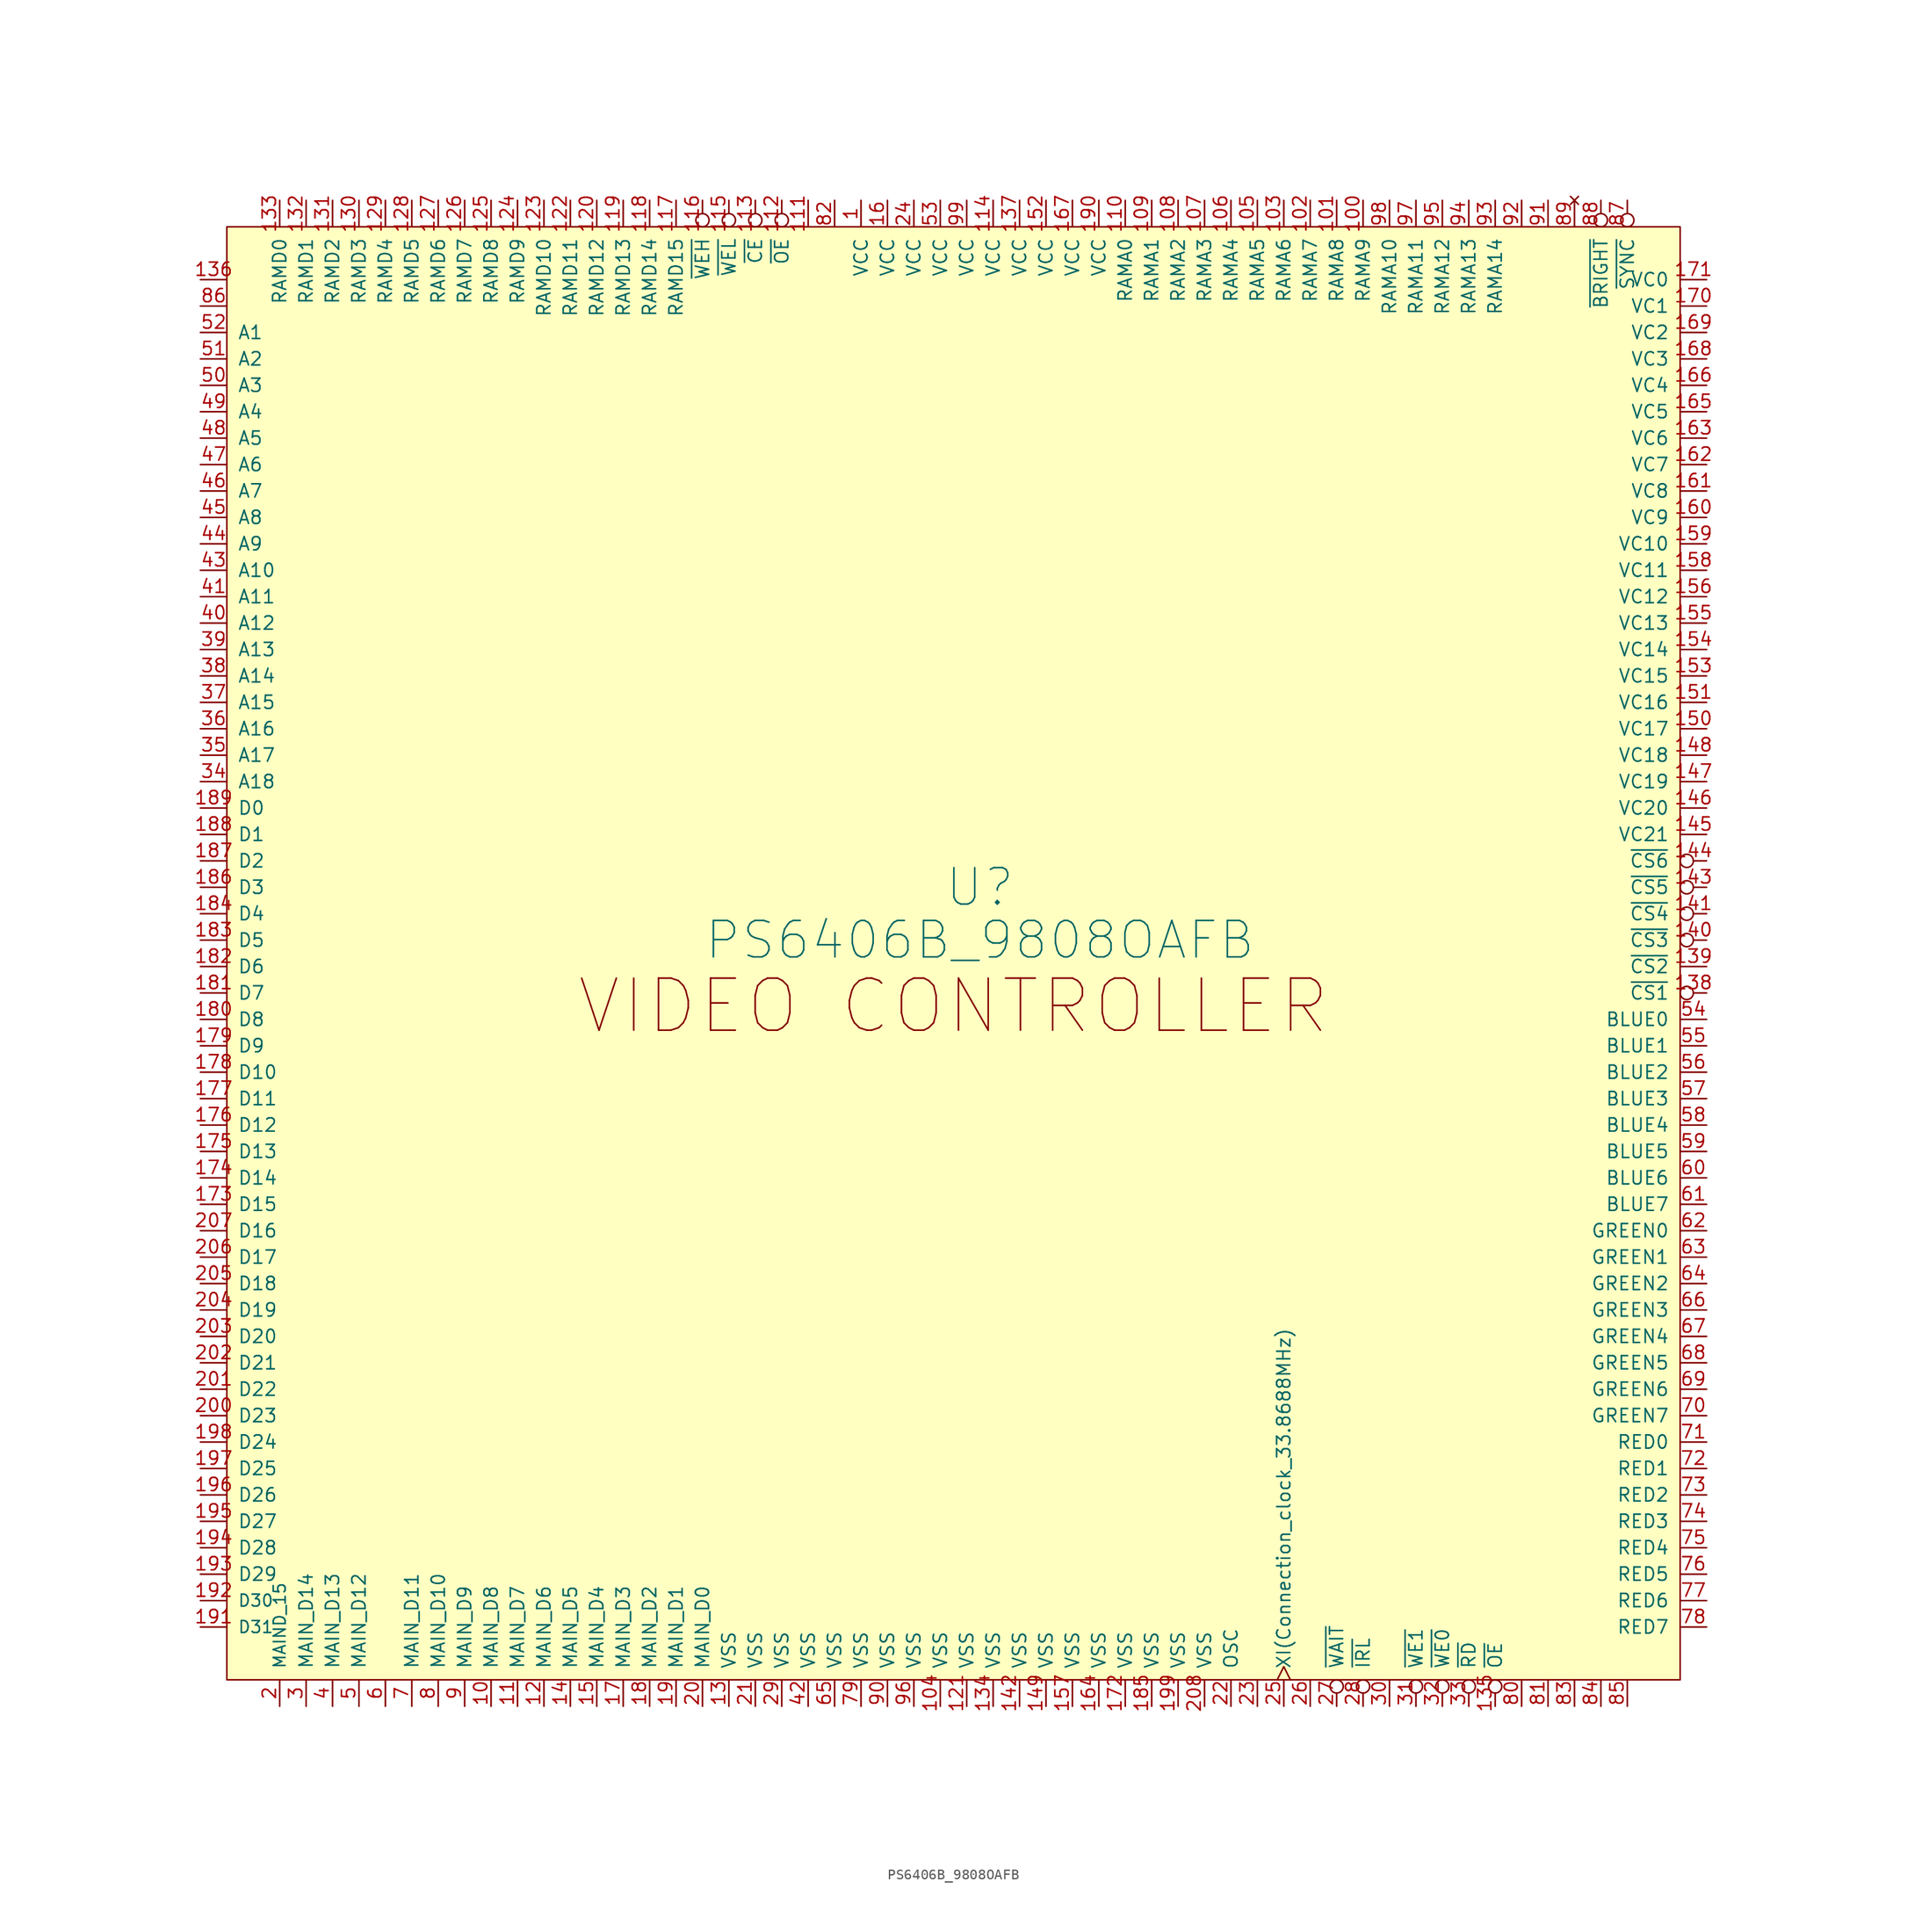
<source format=kicad_sym>
(kicad_symbol_lib
  (version 20231120)
  (generator "kicad_symbol_editor")
  (generator_version "8.0")
  (symbol "PS6406B_9808OAFB"
    (pin_names
      (offset 1.016))
    (property "Reference" "U"
      (at 0 5.08 0)
      (effects (font (size 3.505 3.505))))
    (property "Value" "PS6406B_9808OAFB"
      (at 0 0 0)
      (effects (font (size 3.505 3.505))))
    (symbol "PS6406B_9808OAFB_0_0"
      (text "VIDEO CONTROLLER" (at -2.54 -6.35 0) (effects (font (size 5.004 5.004)))))
    (symbol "PS6406B_9808OAFB_0_1"
      (rectangle (start -72.39 68.58) (end 67.31 -71.12) (stroke (width 0) (type default)) (fill (type background))))
    (symbol "PS6406B_9808OAFB_1_1"
      (pin power_in line (at -11.43 71.12 270) (length 2.54) (name "VCC" (effects (font (size 1.27 1.27)))) (number "1" (effects (font (size 1.27 1.27)))))
      (pin tri_state line (at -46.99 -73.66 90) (length 2.54) (name "MAIN_D8" (effects (font (size 1.27 1.27)))) (number "10" (effects (font (size 1.27 1.27)))))
      (pin output line (at 36.83 71.12 270) (length 2.54) (name "RAMA9" (effects (font (size 1.27 1.27)))) (number "100" (effects (font (size 1.27 1.27)))))
      (pin output line (at 34.29 71.12 270) (length 2.54) (name "RAMA8" (effects (font (size 1.27 1.27)))) (number "101" (effects (font (size 1.27 1.27)))))
      (pin output line (at 31.75 71.12 270) (length 2.54) (name "RAMA7" (effects (font (size 1.27 1.27)))) (number "102" (effects (font (size 1.27 1.27)))))
      (pin output line (at 29.21 71.12 270) (length 2.54) (name "RAMA6" (effects (font (size 1.27 1.27)))) (number "103" (effects (font (size 1.27 1.27)))))
      (pin power_in line (at -3.81 -73.66 90) (length 2.54) (name "VSS" (effects (font (size 1.27 1.27)))) (number "104" (effects (font (size 1.27 1.27)))))
      (pin output line (at 26.67 71.12 270) (length 2.54) (name "RAMA5" (effects (font (size 1.27 1.27)))) (number "105" (effects (font (size 1.27 1.27)))))
      (pin output line (at 24.13 71.12 270) (length 2.54) (name "RAMA4" (effects (font (size 1.27 1.27)))) (number "106" (effects (font (size 1.27 1.27)))))
      (pin output line (at 21.59 71.12 270) (length 2.54) (name "RAMA3" (effects (font (size 1.27 1.27)))) (number "107" (effects (font (size 1.27 1.27)))))
      (pin output line (at 19.05 71.12 270) (length 2.54) (name "RAMA2" (effects (font (size 1.27 1.27)))) (number "108" (effects (font (size 1.27 1.27)))))
      (pin output line (at 16.51 71.12 270) (length 2.54) (name "RAMA1" (effects (font (size 1.27 1.27)))) (number "109" (effects (font (size 1.27 1.27)))))
      (pin tri_state line (at -44.45 -73.66 90) (length 2.54) (name "MAIN_D7" (effects (font (size 1.27 1.27)))) (number "11" (effects (font (size 1.27 1.27)))))
      (pin output line (at 13.97 71.12 270) (length 2.54) (name "RAMA0" (effects (font (size 1.27 1.27)))) (number "110" (effects (font (size 1.27 1.27)))))
      (pin input line (at -16.51 71.12 270) (length 2.54) (name "~" (effects (font (size 1.27 1.27)))) (number "111" (effects (font (size 1.27 1.27)))))
      (pin output inverted (at -19.05 71.12 270) (length 2.54) (name "~{OE}" (effects (font (size 1.27 1.27)))) (number "112" (effects (font (size 1.27 1.27)))))
      (pin output inverted (at -21.59 71.12 270) (length 2.54) (name "~{CE}" (effects (font (size 1.27 1.27)))) (number "113" (effects (font (size 1.27 1.27)))))
      (pin power_in line (at 1.27 71.12 270) (length 2.54) (name "VCC" (effects (font (size 1.27 1.27)))) (number "114" (effects (font (size 1.27 1.27)))))
      (pin output inverted (at -24.13 71.12 270) (length 2.54) (name "~{WEL}" (effects (font (size 1.27 1.27)))) (number "115" (effects (font (size 1.27 1.27)))))
      (pin output inverted (at -26.67 71.12 270) (length 2.54) (name "~{WEH}" (effects (font (size 1.27 1.27)))) (number "116" (effects (font (size 1.27 1.27)))))
      (pin input line (at -29.21 71.12 270) (length 2.54) (name "RAMD15" (effects (font (size 1.27 1.27)))) (number "117" (effects (font (size 1.27 1.27)))))
      (pin input line (at -31.75 71.12 270) (length 2.54) (name "RAMD14" (effects (font (size 1.27 1.27)))) (number "118" (effects (font (size 1.27 1.27)))))
      (pin input line (at -34.29 71.12 270) (length 2.54) (name "RAMD13" (effects (font (size 1.27 1.27)))) (number "119" (effects (font (size 1.27 1.27)))))
      (pin tri_state line (at -41.91 -73.66 90) (length 2.54) (name "MAIN_D6" (effects (font (size 1.27 1.27)))) (number "12" (effects (font (size 1.27 1.27)))))
      (pin input line (at -36.83 71.12 270) (length 2.54) (name "RAMD12" (effects (font (size 1.27 1.27)))) (number "120" (effects (font (size 1.27 1.27)))))
      (pin power_in line (at -1.27 -73.66 90) (length 2.54) (name "VSS" (effects (font (size 1.27 1.27)))) (number "121" (effects (font (size 1.27 1.27)))))
      (pin input line (at -39.37 71.12 270) (length 2.54) (name "RAMD11" (effects (font (size 1.27 1.27)))) (number "122" (effects (font (size 1.27 1.27)))))
      (pin input line (at -41.91 71.12 270) (length 2.54) (name "RAMD10" (effects (font (size 1.27 1.27)))) (number "123" (effects (font (size 1.27 1.27)))))
      (pin input line (at -44.45 71.12 270) (length 2.54) (name "RAMD9" (effects (font (size 1.27 1.27)))) (number "124" (effects (font (size 1.27 1.27)))))
      (pin input line (at -46.99 71.12 270) (length 2.54) (name "RAMD8" (effects (font (size 1.27 1.27)))) (number "125" (effects (font (size 1.27 1.27)))))
      (pin input line (at -49.53 71.12 270) (length 2.54) (name "RAMD7" (effects (font (size 1.27 1.27)))) (number "126" (effects (font (size 1.27 1.27)))))
      (pin input line (at -52.07 71.12 270) (length 2.54) (name "RAMD6" (effects (font (size 1.27 1.27)))) (number "127" (effects (font (size 1.27 1.27)))))
      (pin input line (at -54.61 71.12 270) (length 2.54) (name "RAMD5" (effects (font (size 1.27 1.27)))) (number "128" (effects (font (size 1.27 1.27)))))
      (pin input line (at -57.15 71.12 270) (length 2.54) (name "RAMD4" (effects (font (size 1.27 1.27)))) (number "129" (effects (font (size 1.27 1.27)))))
      (pin power_in line (at -24.13 -73.66 90) (length 2.54) (name "VSS" (effects (font (size 1.27 1.27)))) (number "13" (effects (font (size 1.27 1.27)))))
      (pin input line (at -59.69 71.12 270) (length 2.54) (name "RAMD3" (effects (font (size 1.27 1.27)))) (number "130" (effects (font (size 1.27 1.27)))))
      (pin input line (at -62.23 71.12 270) (length 2.54) (name "RAMD2" (effects (font (size 1.27 1.27)))) (number "131" (effects (font (size 1.27 1.27)))))
      (pin input line (at -64.77 71.12 270) (length 2.54) (name "RAMD1" (effects (font (size 1.27 1.27)))) (number "132" (effects (font (size 1.27 1.27)))))
      (pin input line (at -67.31 71.12 270) (length 2.54) (name "RAMD0" (effects (font (size 1.27 1.27)))) (number "133" (effects (font (size 1.27 1.27)))))
      (pin power_in line (at 1.27 -73.66 90) (length 2.54) (name "VSS" (effects (font (size 1.27 1.27)))) (number "134" (effects (font (size 1.27 1.27)))))
      (pin output inverted (at 49.53 -73.66 90) (length 2.54) (name "~{OE}" (effects (font (size 1.27 1.27)))) (number "135" (effects (font (size 1.27 1.27)))))
      (pin input line (at -74.93 63.5 0) (length 2.54) (name "~" (effects (font (size 1.27 1.27)))) (number "136" (effects (font (size 1.27 1.27)))))
      (pin power_in line (at 3.81 71.12 270) (length 2.54) (name "VCC" (effects (font (size 1.27 1.27)))) (number "137" (effects (font (size 1.27 1.27)))))
      (pin output inverted (at 69.85 -5.08 180) (length 2.54) (name "~{CS1}" (effects (font (size 1.27 1.27)))) (number "138" (effects (font (size 1.27 1.27)))))
      (pin output line (at 69.85 -2.54 180) (length 2.54) (name "~{CS2}" (effects (font (size 1.27 1.27)))) (number "139" (effects (font (size 1.27 1.27)))))
      (pin tri_state line (at -39.37 -73.66 90) (length 2.54) (name "MAIN_D5" (effects (font (size 1.27 1.27)))) (number "14" (effects (font (size 1.27 1.27)))))
      (pin output inverted (at 69.85 0 180) (length 2.54) (name "~{CS3}" (effects (font (size 1.27 1.27)))) (number "140" (effects (font (size 1.27 1.27)))))
      (pin output inverted (at 69.85 2.54 180) (length 2.54) (name "~{CS4}" (effects (font (size 1.27 1.27)))) (number "141" (effects (font (size 1.27 1.27)))))
      (pin power_in line (at 3.81 -73.66 90) (length 2.54) (name "VSS" (effects (font (size 1.27 1.27)))) (number "142" (effects (font (size 1.27 1.27)))))
      (pin output inverted (at 69.85 5.08 180) (length 2.54) (name "~{CS5}" (effects (font (size 1.27 1.27)))) (number "143" (effects (font (size 1.27 1.27)))))
      (pin output inverted (at 69.85 7.62 180) (length 2.54) (name "~{CS6}" (effects (font (size 1.27 1.27)))) (number "144" (effects (font (size 1.27 1.27)))))
      (pin output line (at 69.85 10.16 180) (length 2.54) (name "VC21" (effects (font (size 1.27 1.27)))) (number "145" (effects (font (size 1.27 1.27)))))
      (pin output line (at 69.85 12.7 180) (length 2.54) (name "VC20" (effects (font (size 1.27 1.27)))) (number "146" (effects (font (size 1.27 1.27)))))
      (pin output line (at 69.85 15.24 180) (length 2.54) (name "VC19" (effects (font (size 1.27 1.27)))) (number "147" (effects (font (size 1.27 1.27)))))
      (pin output line (at 69.85 17.78 180) (length 2.54) (name "VC18" (effects (font (size 1.27 1.27)))) (number "148" (effects (font (size 1.27 1.27)))))
      (pin power_in line (at 6.35 -73.66 90) (length 2.54) (name "VSS" (effects (font (size 1.27 1.27)))) (number "149" (effects (font (size 1.27 1.27)))))
      (pin tri_state line (at -36.83 -73.66 90) (length 2.54) (name "MAIN_D4" (effects (font (size 1.27 1.27)))) (number "15" (effects (font (size 1.27 1.27)))))
      (pin output line (at 69.85 20.32 180) (length 2.54) (name "VC17" (effects (font (size 1.27 1.27)))) (number "150" (effects (font (size 1.27 1.27)))))
      (pin output line (at 69.85 22.86 180) (length 2.54) (name "VC16" (effects (font (size 1.27 1.27)))) (number "151" (effects (font (size 1.27 1.27)))))
      (pin power_in line (at 6.35 71.12 270) (length 2.54) (name "VCC" (effects (font (size 1.27 1.27)))) (number "152" (effects (font (size 1.27 1.27)))))
      (pin output line (at 69.85 25.4 180) (length 2.54) (name "VC15" (effects (font (size 1.27 1.27)))) (number "153" (effects (font (size 1.27 1.27)))))
      (pin output line (at 69.85 27.94 180) (length 2.54) (name "VC14" (effects (font (size 1.27 1.27)))) (number "154" (effects (font (size 1.27 1.27)))))
      (pin output line (at 69.85 30.48 180) (length 2.54) (name "VC13" (effects (font (size 1.27 1.27)))) (number "155" (effects (font (size 1.27 1.27)))))
      (pin output line (at 69.85 33.02 180) (length 2.54) (name "VC12" (effects (font (size 1.27 1.27)))) (number "156" (effects (font (size 1.27 1.27)))))
      (pin power_in line (at 8.89 -73.66 90) (length 2.54) (name "VSS" (effects (font (size 1.27 1.27)))) (number "157" (effects (font (size 1.27 1.27)))))
      (pin output line (at 69.85 35.56 180) (length 2.54) (name "VC11" (effects (font (size 1.27 1.27)))) (number "158" (effects (font (size 1.27 1.27)))))
      (pin output line (at 69.85 38.1 180) (length 2.54) (name "VC10" (effects (font (size 1.27 1.27)))) (number "159" (effects (font (size 1.27 1.27)))))
      (pin power_in line (at -8.89 71.12 270) (length 2.54) (name "VCC" (effects (font (size 1.27 1.27)))) (number "16" (effects (font (size 1.27 1.27)))))
      (pin output line (at 69.85 40.64 180) (length 2.54) (name "VC9" (effects (font (size 1.27 1.27)))) (number "160" (effects (font (size 1.27 1.27)))))
      (pin output line (at 69.85 43.18 180) (length 2.54) (name "VC8" (effects (font (size 1.27 1.27)))) (number "161" (effects (font (size 1.27 1.27)))))
      (pin output line (at 69.85 45.72 180) (length 2.54) (name "VC7" (effects (font (size 1.27 1.27)))) (number "162" (effects (font (size 1.27 1.27)))))
      (pin output line (at 69.85 48.26 180) (length 2.54) (name "VC6" (effects (font (size 1.27 1.27)))) (number "163" (effects (font (size 1.27 1.27)))))
      (pin power_in line (at 11.43 -73.66 90) (length 2.54) (name "VSS" (effects (font (size 1.27 1.27)))) (number "164" (effects (font (size 1.27 1.27)))))
      (pin output line (at 69.85 50.8 180) (length 2.54) (name "VC5" (effects (font (size 1.27 1.27)))) (number "165" (effects (font (size 1.27 1.27)))))
      (pin output line (at 69.85 53.34 180) (length 2.54) (name "VC4" (effects (font (size 1.27 1.27)))) (number "166" (effects (font (size 1.27 1.27)))))
      (pin power_in line (at 8.89 71.12 270) (length 2.54) (name "VCC" (effects (font (size 1.27 1.27)))) (number "167" (effects (font (size 1.27 1.27)))))
      (pin output line (at 69.85 55.88 180) (length 2.54) (name "VC3" (effects (font (size 1.27 1.27)))) (number "168" (effects (font (size 1.27 1.27)))))
      (pin output line (at 69.85 58.42 180) (length 2.54) (name "VC2" (effects (font (size 1.27 1.27)))) (number "169" (effects (font (size 1.27 1.27)))))
      (pin tri_state line (at -34.29 -73.66 90) (length 2.54) (name "MAIN_D3" (effects (font (size 1.27 1.27)))) (number "17" (effects (font (size 1.27 1.27)))))
      (pin output line (at 69.85 60.96 180) (length 2.54) (name "VC1" (effects (font (size 1.27 1.27)))) (number "170" (effects (font (size 1.27 1.27)))))
      (pin output line (at 69.85 63.5 180) (length 2.54) (name "VC0" (effects (font (size 1.27 1.27)))) (number "171" (effects (font (size 1.27 1.27)))))
      (pin power_in line (at 13.97 -73.66 90) (length 2.54) (name "VSS" (effects (font (size 1.27 1.27)))) (number "172" (effects (font (size 1.27 1.27)))))
      (pin input line (at -74.93 -25.4 0) (length 2.54) (name "D15" (effects (font (size 1.27 1.27)))) (number "173" (effects (font (size 1.27 1.27)))))
      (pin input line (at -74.93 -22.86 0) (length 2.54) (name "D14" (effects (font (size 1.27 1.27)))) (number "174" (effects (font (size 1.27 1.27)))))
      (pin input line (at -74.93 -20.32 0) (length 2.54) (name "D13" (effects (font (size 1.27 1.27)))) (number "175" (effects (font (size 1.27 1.27)))))
      (pin input line (at -74.93 -17.78 0) (length 2.54) (name "D12" (effects (font (size 1.27 1.27)))) (number "176" (effects (font (size 1.27 1.27)))))
      (pin input line (at -74.93 -15.24 0) (length 2.54) (name "D11" (effects (font (size 1.27 1.27)))) (number "177" (effects (font (size 1.27 1.27)))))
      (pin input line (at -74.93 -12.7 0) (length 2.54) (name "D10" (effects (font (size 1.27 1.27)))) (number "178" (effects (font (size 1.27 1.27)))))
      (pin input line (at -74.93 -10.16 0) (length 2.54) (name "D9" (effects (font (size 1.27 1.27)))) (number "179" (effects (font (size 1.27 1.27)))))
      (pin tri_state line (at -31.75 -73.66 90) (length 2.54) (name "MAIN_D2" (effects (font (size 1.27 1.27)))) (number "18" (effects (font (size 1.27 1.27)))))
      (pin input line (at -74.93 -7.62 0) (length 2.54) (name "D8" (effects (font (size 1.27 1.27)))) (number "180" (effects (font (size 1.27 1.27)))))
      (pin input line (at -74.93 -5.08 0) (length 2.54) (name "D7" (effects (font (size 1.27 1.27)))) (number "181" (effects (font (size 1.27 1.27)))))
      (pin input line (at -74.93 -2.54 0) (length 2.54) (name "D6" (effects (font (size 1.27 1.27)))) (number "182" (effects (font (size 1.27 1.27)))))
      (pin input line (at -74.93 0 0) (length 2.54) (name "D5" (effects (font (size 1.27 1.27)))) (number "183" (effects (font (size 1.27 1.27)))))
      (pin input line (at -74.93 2.54 0) (length 2.54) (name "D4" (effects (font (size 1.27 1.27)))) (number "184" (effects (font (size 1.27 1.27)))))
      (pin power_in line (at 16.51 -73.66 90) (length 2.54) (name "VSS" (effects (font (size 1.27 1.27)))) (number "185" (effects (font (size 1.27 1.27)))))
      (pin input line (at -74.93 5.08 0) (length 2.54) (name "D3" (effects (font (size 1.27 1.27)))) (number "186" (effects (font (size 1.27 1.27)))))
      (pin input line (at -74.93 7.62 0) (length 2.54) (name "D2" (effects (font (size 1.27 1.27)))) (number "187" (effects (font (size 1.27 1.27)))))
      (pin input line (at -74.93 10.16 0) (length 2.54) (name "D1" (effects (font (size 1.27 1.27)))) (number "188" (effects (font (size 1.27 1.27)))))
      (pin input line (at -74.93 12.7 0) (length 2.54) (name "D0" (effects (font (size 1.27 1.27)))) (number "189" (effects (font (size 1.27 1.27)))))
      (pin tri_state line (at -29.21 -73.66 90) (length 2.54) (name "MAIN_D1" (effects (font (size 1.27 1.27)))) (number "19" (effects (font (size 1.27 1.27)))))
      (pin power_in line (at 11.43 71.12 270) (length 2.54) (name "VCC" (effects (font (size 1.27 1.27)))) (number "190" (effects (font (size 1.27 1.27)))))
      (pin input line (at -74.93 -66.04 0) (length 2.54) (name "D31" (effects (font (size 1.143 1.143)))) (number "191" (effects (font (size 1.27 1.27)))))
      (pin input line (at -74.93 -63.5 0) (length 2.54) (name "D30" (effects (font (size 1.143 1.143)))) (number "192" (effects (font (size 1.27 1.27)))))
      (pin input line (at -74.93 -60.96 0) (length 2.54) (name "D29" (effects (font (size 1.27 1.27)))) (number "193" (effects (font (size 1.27 1.27)))))
      (pin input line (at -74.93 -58.42 0) (length 2.54) (name "D28" (effects (font (size 1.27 1.27)))) (number "194" (effects (font (size 1.27 1.27)))))
      (pin input line (at -74.93 -55.88 0) (length 2.54) (name "D27" (effects (font (size 1.27 1.27)))) (number "195" (effects (font (size 1.27 1.27)))))
      (pin input line (at -74.93 -53.34 0) (length 2.54) (name "D26" (effects (font (size 1.27 1.27)))) (number "196" (effects (font (size 1.27 1.27)))))
      (pin input line (at -74.93 -50.8 0) (length 2.54) (name "D25" (effects (font (size 1.27 1.27)))) (number "197" (effects (font (size 1.27 1.27)))))
      (pin input line (at -74.93 -48.26 0) (length 2.54) (name "D24" (effects (font (size 1.27 1.27)))) (number "198" (effects (font (size 1.27 1.27)))))
      (pin power_in line (at 19.05 -73.66 90) (length 2.54) (name "VSS" (effects (font (size 1.27 1.27)))) (number "199" (effects (font (size 1.27 1.27)))))
      (pin tri_state line (at -67.31 -73.66 90) (length 2.54) (name "MAIND_15" (effects (font (size 1.143 1.143)))) (number "2" (effects (font (size 1.27 1.27)))))
      (pin tri_state line (at -26.67 -73.66 90) (length 2.54) (name "MAIN_D0" (effects (font (size 1.27 1.27)))) (number "20" (effects (font (size 1.27 1.27)))))
      (pin input line (at -74.93 -45.72 0) (length 2.54) (name "D23" (effects (font (size 1.27 1.27)))) (number "200" (effects (font (size 1.27 1.27)))))
      (pin input line (at -74.93 -43.18 0) (length 2.54) (name "D22" (effects (font (size 1.27 1.27)))) (number "201" (effects (font (size 1.27 1.27)))))
      (pin input line (at -74.93 -40.64 0) (length 2.54) (name "D21" (effects (font (size 1.27 1.27)))) (number "202" (effects (font (size 1.27 1.27)))))
      (pin input line (at -74.93 -38.1 0) (length 2.54) (name "D20" (effects (font (size 1.27 1.27)))) (number "203" (effects (font (size 1.27 1.27)))))
      (pin input line (at -74.93 -35.56 0) (length 2.54) (name "D19" (effects (font (size 1.27 1.27)))) (number "204" (effects (font (size 1.27 1.27)))))
      (pin input line (at -74.93 -33.02 0) (length 2.54) (name "D18" (effects (font (size 1.27 1.27)))) (number "205" (effects (font (size 1.27 1.27)))))
      (pin input line (at -74.93 -30.48 0) (length 2.54) (name "D17" (effects (font (size 1.27 1.27)))) (number "206" (effects (font (size 1.27 1.27)))))
      (pin input line (at -74.93 -27.94 0) (length 2.54) (name "D16" (effects (font (size 1.27 1.27)))) (number "207" (effects (font (size 1.27 1.27)))))
      (pin power_in line (at 21.59 -73.66 90) (length 2.54) (name "VSS" (effects (font (size 1.27 1.27)))) (number "208" (effects (font (size 1.27 1.27)))))
      (pin power_in line (at -21.59 -73.66 90) (length 2.54) (name "VSS" (effects (font (size 1.27 1.27)))) (number "21" (effects (font (size 1.27 1.27)))))
      (pin input line (at 24.13 -73.66 90) (length 2.54) (name "OSC" (effects (font (size 1.27 1.27)))) (number "22" (effects (font (size 1.27 1.27)))))
      (pin output line (at 26.67 -73.66 90) (length 2.54) (name "~" (effects (font (size 1.27 1.27)))) (number "23" (effects (font (size 1.27 1.27)))))
      (pin power_in line (at -6.35 71.12 270) (length 2.54) (name "VCC" (effects (font (size 1.27 1.27)))) (number "24" (effects (font (size 1.27 1.27)))))
      (pin output clock (at 29.21 -73.66 90) (length 2.54) (name "XI(Connection_clock_33.8688MHz)" (effects (font (size 1.27 1.27)))) (number "25" (effects (font (size 1.27 1.27)))))
      (pin output line (at 31.75 -73.66 90) (length 2.54) (name "~" (effects (font (size 1.27 1.27)))) (number "26" (effects (font (size 1.27 1.27)))))
      (pin output inverted (at 34.29 -73.66 90) (length 2.54) (name "~{WAIT}" (effects (font (size 1.27 1.27)))) (number "27" (effects (font (size 1.27 1.27)))))
      (pin output inverted (at 36.83 -73.66 90) (length 2.54) (name "~{IRL}" (effects (font (size 1.27 1.27)))) (number "28" (effects (font (size 1.27 1.27)))))
      (pin power_in line (at -19.05 -73.66 90) (length 2.54) (name "VSS" (effects (font (size 1.27 1.27)))) (number "29" (effects (font (size 1.27 1.27)))))
      (pin tri_state line (at -64.77 -73.66 90) (length 2.54) (name "MAIN_D14" (effects (font (size 1.27 1.27)))) (number "3" (effects (font (size 1.27 1.27)))))
      (pin input line (at 39.37 -73.66 90) (length 2.54) (name "~" (effects (font (size 1.27 1.27)))) (number "30" (effects (font (size 1.27 1.27)))))
      (pin input inverted (at 41.91 -73.66 90) (length 2.54) (name "~{WE1}" (effects (font (size 1.27 1.27)))) (number "31" (effects (font (size 1.27 1.27)))))
      (pin input inverted (at 44.45 -73.66 90) (length 2.54) (name "~{WE0}" (effects (font (size 1.27 1.27)))) (number "32" (effects (font (size 1.27 1.27)))))
      (pin input inverted (at 46.99 -73.66 90) (length 2.54) (name "~{RD}" (effects (font (size 1.27 1.27)))) (number "33" (effects (font (size 1.27 1.27)))))
      (pin input line (at -74.93 15.24 0) (length 2.54) (name "A18" (effects (font (size 1.27 1.27)))) (number "34" (effects (font (size 1.27 1.27)))))
      (pin input line (at -74.93 17.78 0) (length 2.54) (name "A17" (effects (font (size 1.27 1.27)))) (number "35" (effects (font (size 1.27 1.27)))))
      (pin input line (at -74.93 20.32 0) (length 2.54) (name "A16" (effects (font (size 1.27 1.27)))) (number "36" (effects (font (size 1.27 1.27)))))
      (pin input line (at -74.93 22.86 0) (length 2.54) (name "A15" (effects (font (size 1.27 1.27)))) (number "37" (effects (font (size 1.27 1.27)))))
      (pin input line (at -74.93 25.4 0) (length 2.54) (name "A14" (effects (font (size 1.27 1.27)))) (number "38" (effects (font (size 1.27 1.27)))))
      (pin input line (at -74.93 27.94 0) (length 2.54) (name "A13" (effects (font (size 1.27 1.27)))) (number "39" (effects (font (size 1.27 1.27)))))
      (pin tri_state line (at -62.23 -73.66 90) (length 2.54) (name "MAIN_D13" (effects (font (size 1.27 1.27)))) (number "4" (effects (font (size 1.27 1.27)))))
      (pin input line (at -74.93 30.48 0) (length 2.54) (name "A12" (effects (font (size 1.27 1.27)))) (number "40" (effects (font (size 1.27 1.27)))))
      (pin input line (at -74.93 33.02 0) (length 2.54) (name "A11" (effects (font (size 1.27 1.27)))) (number "41" (effects (font (size 1.27 1.27)))))
      (pin power_in line (at -16.51 -73.66 90) (length 2.54) (name "VSS" (effects (font (size 1.27 1.27)))) (number "42" (effects (font (size 1.27 1.27)))))
      (pin input line (at -74.93 35.56 0) (length 2.54) (name "A10" (effects (font (size 1.27 1.27)))) (number "43" (effects (font (size 1.27 1.27)))))
      (pin input line (at -74.93 38.1 0) (length 2.54) (name "A9" (effects (font (size 1.27 1.27)))) (number "44" (effects (font (size 1.27 1.27)))))
      (pin input line (at -74.93 40.64 0) (length 2.54) (name "A8" (effects (font (size 1.27 1.27)))) (number "45" (effects (font (size 1.27 1.27)))))
      (pin input line (at -74.93 43.18 0) (length 2.54) (name "A7" (effects (font (size 1.27 1.27)))) (number "46" (effects (font (size 1.27 1.27)))))
      (pin input line (at -74.93 45.72 0) (length 2.54) (name "A6" (effects (font (size 1.27 1.27)))) (number "47" (effects (font (size 1.27 1.27)))))
      (pin input line (at -74.93 48.26 0) (length 2.54) (name "A5" (effects (font (size 1.27 1.27)))) (number "48" (effects (font (size 1.27 1.27)))))
      (pin input line (at -74.93 50.8 0) (length 2.54) (name "A4" (effects (font (size 1.27 1.27)))) (number "49" (effects (font (size 1.27 1.27)))))
      (pin tri_state line (at -59.69 -73.66 90) (length 2.54) (name "MAIN_D12" (effects (font (size 1.27 1.27)))) (number "5" (effects (font (size 1.27 1.27)))))
      (pin input line (at -74.93 53.34 0) (length 2.54) (name "A3" (effects (font (size 1.27 1.27)))) (number "50" (effects (font (size 1.27 1.27)))))
      (pin input line (at -74.93 55.88 0) (length 2.54) (name "A2" (effects (font (size 1.27 1.27)))) (number "51" (effects (font (size 1.27 1.27)))))
      (pin input line (at -74.93 58.42 0) (length 2.54) (name "A1" (effects (font (size 1.27 1.27)))) (number "52" (effects (font (size 1.27 1.27)))))
      (pin power_in line (at -3.81 71.12 270) (length 2.54) (name "VCC" (effects (font (size 1.27 1.27)))) (number "53" (effects (font (size 1.27 1.27)))))
      (pin output line (at 69.85 -7.62 180) (length 2.54) (name "BLUE0" (effects (font (size 1.27 1.27)))) (number "54" (effects (font (size 1.27 1.27)))))
      (pin output line (at 69.85 -10.16 180) (length 2.54) (name "BLUE1" (effects (font (size 1.27 1.27)))) (number "55" (effects (font (size 1.27 1.27)))))
      (pin output line (at 69.85 -12.7 180) (length 2.54) (name "BLUE2" (effects (font (size 1.27 1.27)))) (number "56" (effects (font (size 1.27 1.27)))))
      (pin output line (at 69.85 -15.24 180) (length 2.54) (name "BLUE3" (effects (font (size 1.27 1.27)))) (number "57" (effects (font (size 1.27 1.27)))))
      (pin output line (at 69.85 -17.78 180) (length 2.54) (name "BLUE4" (effects (font (size 1.27 1.27)))) (number "58" (effects (font (size 1.27 1.27)))))
      (pin output line (at 69.85 -20.32 180) (length 2.54) (name "BLUE5" (effects (font (size 1.27 1.27)))) (number "59" (effects (font (size 1.27 1.27)))))
      (pin output line (at -57.15 -73.66 90) (length 2.54) (name "~" (effects (font (size 1.27 1.27)))) (number "6" (effects (font (size 1.27 1.27)))))
      (pin output line (at 69.85 -22.86 180) (length 2.54) (name "BLUE6" (effects (font (size 1.27 1.27)))) (number "60" (effects (font (size 1.27 1.27)))))
      (pin output line (at 69.85 -25.4 180) (length 2.54) (name "BLUE7" (effects (font (size 1.27 1.27)))) (number "61" (effects (font (size 1.27 1.27)))))
      (pin output line (at 69.85 -27.94 180) (length 2.54) (name "GREEN0" (effects (font (size 1.27 1.27)))) (number "62" (effects (font (size 1.27 1.27)))))
      (pin output line (at 69.85 -30.48 180) (length 2.54) (name "GREEN1" (effects (font (size 1.27 1.27)))) (number "63" (effects (font (size 1.27 1.27)))))
      (pin output line (at 69.85 -33.02 180) (length 2.54) (name "GREEN2" (effects (font (size 1.27 1.27)))) (number "64" (effects (font (size 1.27 1.27)))))
      (pin power_in line (at -13.97 -73.66 90) (length 2.54) (name "VSS" (effects (font (size 1.27 1.27)))) (number "65" (effects (font (size 1.27 1.27)))))
      (pin output line (at 69.85 -35.56 180) (length 2.54) (name "GREEN3" (effects (font (size 1.27 1.27)))) (number "66" (effects (font (size 1.27 1.27)))))
      (pin output line (at 69.85 -38.1 180) (length 2.54) (name "GREEN4" (effects (font (size 1.27 1.27)))) (number "67" (effects (font (size 1.27 1.27)))))
      (pin output line (at 69.85 -40.64 180) (length 2.54) (name "GREEN5" (effects (font (size 1.27 1.27)))) (number "68" (effects (font (size 1.27 1.27)))))
      (pin output line (at 69.85 -43.18 180) (length 2.54) (name "GREEN6" (effects (font (size 1.27 1.27)))) (number "69" (effects (font (size 1.27 1.27)))))
      (pin tri_state line (at -54.61 -73.66 90) (length 2.54) (name "MAIN_D11" (effects (font (size 1.27 1.27)))) (number "7" (effects (font (size 1.27 1.27)))))
      (pin output line (at 69.85 -45.72 180) (length 2.54) (name "GREEN7" (effects (font (size 1.27 1.27)))) (number "70" (effects (font (size 1.27 1.27)))))
      (pin output line (at 69.85 -48.26 180) (length 2.54) (name "RED0" (effects (font (size 1.27 1.27)))) (number "71" (effects (font (size 1.27 1.27)))))
      (pin output line (at 69.85 -50.8 180) (length 2.54) (name "RED1" (effects (font (size 1.27 1.27)))) (number "72" (effects (font (size 1.27 1.27)))))
      (pin output line (at 69.85 -53.34 180) (length 2.54) (name "RED2" (effects (font (size 1.27 1.27)))) (number "73" (effects (font (size 1.27 1.27)))))
      (pin output line (at 69.85 -55.88 180) (length 2.54) (name "RED3" (effects (font (size 1.27 1.27)))) (number "74" (effects (font (size 1.27 1.27)))))
      (pin output line (at 69.85 -58.42 180) (length 2.54) (name "RED4" (effects (font (size 1.27 1.27)))) (number "75" (effects (font (size 1.27 1.27)))))
      (pin output line (at 69.85 -60.96 180) (length 2.54) (name "RED5" (effects (font (size 1.27 1.27)))) (number "76" (effects (font (size 1.27 1.27)))))
      (pin output line (at 69.85 -63.5 180) (length 2.54) (name "RED6" (effects (font (size 1.27 1.27)))) (number "77" (effects (font (size 1.27 1.27)))))
      (pin output line (at 69.85 -66.04 180) (length 2.54) (name "RED7" (effects (font (size 1.27 1.27)))) (number "78" (effects (font (size 1.27 1.27)))))
      (pin power_in line (at -11.43 -73.66 90) (length 2.54) (name "VSS" (effects (font (size 1.27 1.27)))) (number "79" (effects (font (size 1.27 1.27)))))
      (pin tri_state line (at -52.07 -73.66 90) (length 2.54) (name "MAIN_D10" (effects (font (size 1.27 1.27)))) (number "8" (effects (font (size 1.27 1.27)))))
      (pin input line (at 52.07 -73.66 90) (length 2.54) (name "~" (effects (font (size 1.27 1.27)))) (number "80" (effects (font (size 1.27 1.27)))))
      (pin input line (at 54.61 -73.66 90) (length 2.54) (name "~" (effects (font (size 1.27 1.27)))) (number "81" (effects (font (size 1.27 1.27)))))
      (pin output line (at -13.97 71.12 270) (length 2.54) (name "~" (effects (font (size 1.27 1.27)))) (number "82" (effects (font (size 1.27 1.27)))))
      (pin output line (at 57.15 -73.66 90) (length 2.54) (name "~" (effects (font (size 1.27 1.27)))) (number "83" (effects (font (size 1.27 1.27)))))
      (pin output line (at 59.69 -73.66 90) (length 2.54) (name "~" (effects (font (size 1.27 1.27)))) (number "84" (effects (font (size 1.27 1.27)))))
      (pin output line (at 62.23 -73.66 90) (length 2.54) (name "~" (effects (font (size 1.27 1.27)))) (number "85" (effects (font (size 1.27 1.27)))))
      (pin output line (at -74.93 60.96 0) (length 2.54) (name "~" (effects (font (size 1.27 1.27)))) (number "86" (effects (font (size 1.27 1.27)))))
      (pin output inverted (at 62.23 71.12 270) (length 2.54) (name "~{SYNC}" (effects (font (size 1.27 1.27)))) (number "87" (effects (font (size 1.27 1.27)))))
      (pin output inverted (at 59.69 71.12 270) (length 2.54) (name "~{BRIGHT}" (effects (font (size 1.27 1.27)))) (number "88" (effects (font (size 1.27 1.27)))))
      (pin no_connect line (at 57.15 71.12 270) (length 2.54) (name "~" (effects (font (size 1.27 1.27)))) (number "89" (effects (font (size 1.27 1.27)))))
      (pin tri_state line (at -49.53 -73.66 90) (length 2.54) (name "MAIN_D9" (effects (font (size 1.27 1.27)))) (number "9" (effects (font (size 1.27 1.27)))))
      (pin power_in line (at -8.89 -73.66 90) (length 2.54) (name "VSS" (effects (font (size 1.27 1.27)))) (number "90" (effects (font (size 1.27 1.27)))))
      (pin output line (at 54.61 71.12 270) (length 2.54) (name "~" (effects (font (size 1.27 1.27)))) (number "91" (effects (font (size 1.27 1.27)))))
      (pin output line (at 52.07 71.12 270) (length 2.54) (name "~" (effects (font (size 1.27 1.27)))) (number "92" (effects (font (size 1.27 1.27)))))
      (pin output line (at 49.53 71.12 270) (length 2.54) (name "RAMA14" (effects (font (size 1.27 1.27)))) (number "93" (effects (font (size 1.27 1.27)))))
      (pin output line (at 46.99 71.12 270) (length 2.54) (name "RAMA13" (effects (font (size 1.27 1.27)))) (number "94" (effects (font (size 1.27 1.27)))))
      (pin output line (at 44.45 71.12 270) (length 2.54) (name "RAMA12" (effects (font (size 1.27 1.27)))) (number "95" (effects (font (size 1.27 1.27)))))
      (pin power_in line (at -6.35 -73.66 90) (length 2.54) (name "VSS" (effects (font (size 1.27 1.27)))) (number "96" (effects (font (size 1.27 1.27)))))
      (pin output line (at 41.91 71.12 270) (length 2.54) (name "RAMA11" (effects (font (size 1.27 1.27)))) (number "97" (effects (font (size 1.27 1.27)))))
      (pin output line (at 39.37 71.12 270) (length 2.54) (name "RAMA10" (effects (font (size 1.27 1.27)))) (number "98" (effects (font (size 1.27 1.27)))))
      (pin power_in line (at -1.27 71.12 270) (length 2.54) (name "VCC" (effects (font (size 1.27 1.27)))) (number "99" (effects (font (size 1.27 1.27))))))))
</source>
